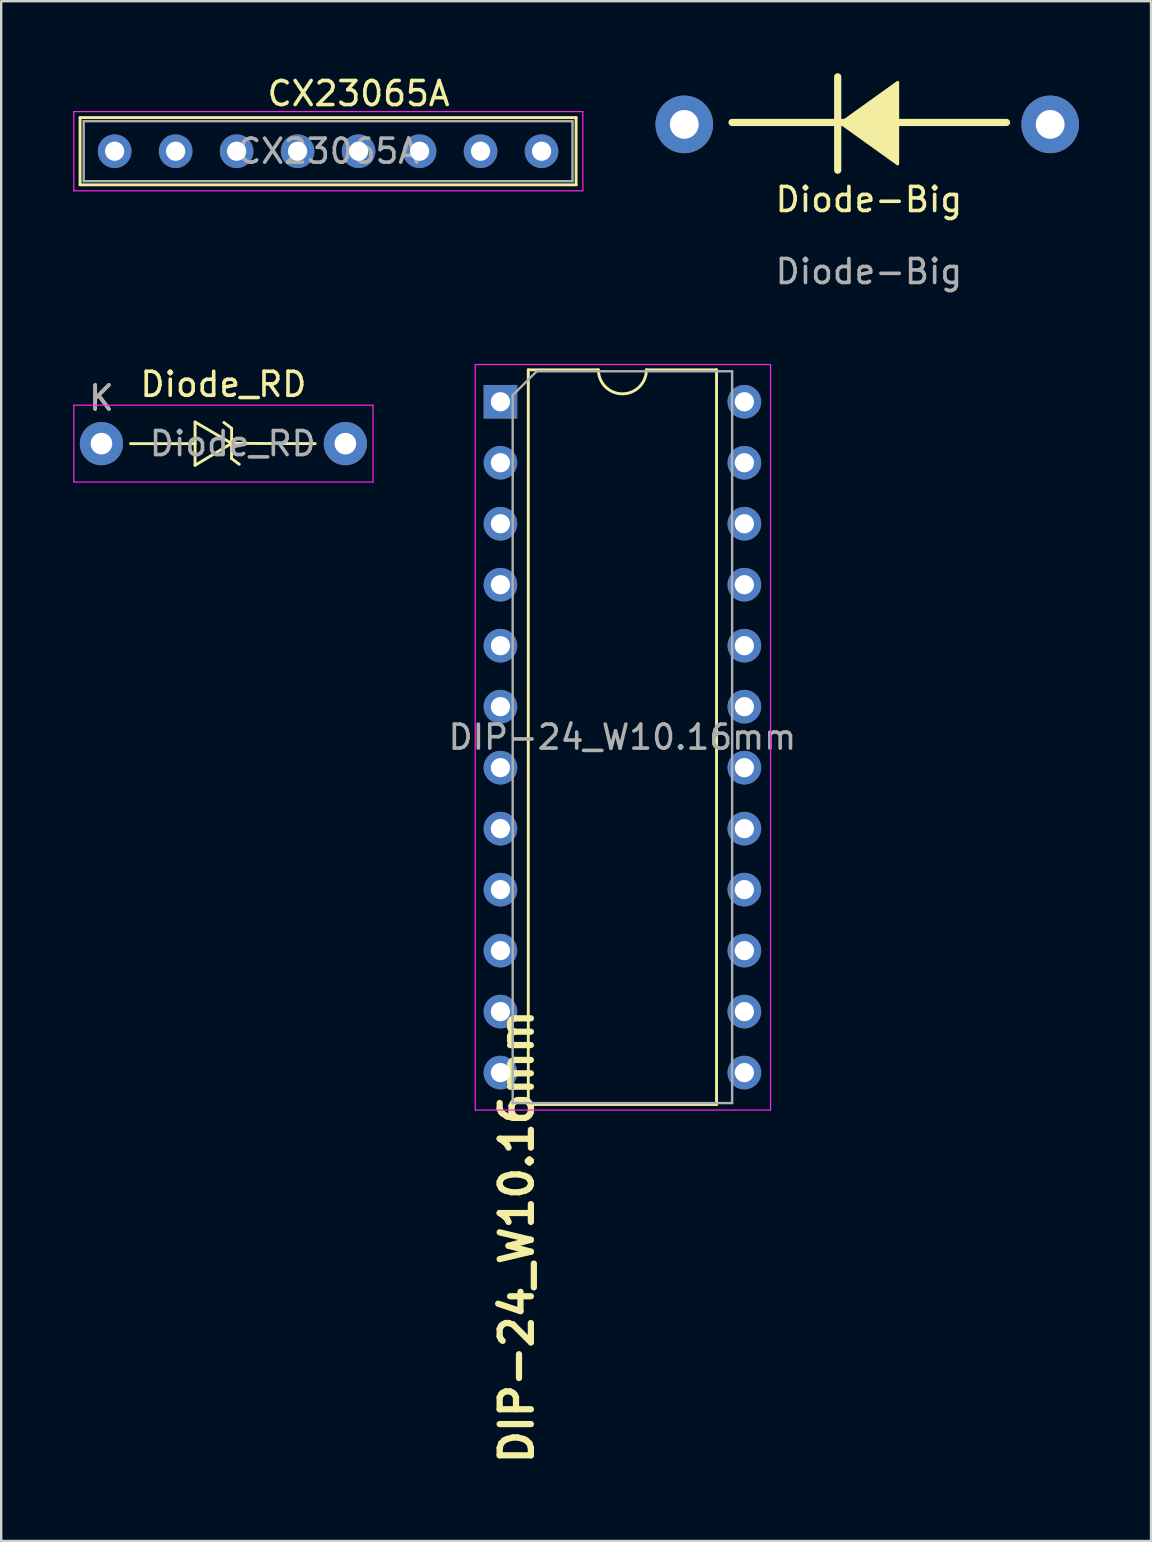
<source format=kicad_pcb>
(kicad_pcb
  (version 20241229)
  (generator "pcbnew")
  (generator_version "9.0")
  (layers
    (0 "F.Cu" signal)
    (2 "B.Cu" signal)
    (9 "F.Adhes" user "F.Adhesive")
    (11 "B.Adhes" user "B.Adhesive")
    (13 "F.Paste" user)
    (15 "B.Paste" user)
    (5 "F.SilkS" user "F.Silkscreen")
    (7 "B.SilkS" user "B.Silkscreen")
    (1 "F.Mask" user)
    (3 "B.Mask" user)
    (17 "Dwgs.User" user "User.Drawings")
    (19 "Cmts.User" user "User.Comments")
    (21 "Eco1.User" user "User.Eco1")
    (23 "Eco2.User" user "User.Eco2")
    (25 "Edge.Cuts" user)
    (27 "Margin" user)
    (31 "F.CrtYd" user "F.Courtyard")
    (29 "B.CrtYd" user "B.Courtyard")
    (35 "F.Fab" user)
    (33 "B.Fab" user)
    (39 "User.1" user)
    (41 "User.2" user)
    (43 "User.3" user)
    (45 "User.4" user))
  (footprint "CX23065A"
    (layer "F.Cu")
    (at 1.725 3.248)
    (property "Reference" "CX23065A" (at 10.16 -2.4 0) (layer "F.SilkS") (effects (font (size 1 1) (thickness 0.15))))
    (attr through_hole)
    (fp_line (start -1.44 -1.4) (end -1.44 1.4) (stroke (width 0.12) (type solid)) (layer "F.SilkS"))
    (fp_line (start -1.44 1.4) (end 19.22 1.4) (stroke (width 0.12) (type solid)) (layer "F.SilkS"))
    (fp_line (start 19.22 -1.4) (end -1.44 -1.4) (stroke (width 0.12) (type solid)) (layer "F.SilkS"))
    (fp_line (start 19.22 1.4) (end 19.22 -1.4) (stroke (width 0.12) (type solid)) (layer "F.SilkS"))
    (fp_line (start -1.7 -1.65) (end -1.7 1.65) (stroke (width 0.05) (type solid)) (layer "F.CrtYd"))
    (fp_line (start -1.7 1.65) (end 19.5 1.65) (stroke (width 0.05) (type solid)) (layer "F.CrtYd"))
    (fp_line (start 19.5 -1.65) (end -1.7 -1.65) (stroke (width 0.05) (type solid)) (layer "F.CrtYd"))
    (fp_line (start 19.5 1.65) (end 19.5 -1.65) (stroke (width 0.05) (type solid)) (layer "F.CrtYd"))
    (fp_line (start -1.29 -1.25) (end -1.29 1.25) (stroke (width 0.1) (type solid)) (layer "F.Fab"))
    (fp_line (start -1.29 1.25) (end 19.07 1.25) (stroke (width 0.1) (type solid)) (layer "F.Fab"))
    (fp_line (start 19.07 -1.25) (end -1.29 -1.25) (stroke (width 0.1) (type solid)) (layer "F.Fab"))
    (fp_line (start 19.07 1.25) (end 19.07 -1.25) (stroke (width 0.1) (type solid)) (layer "F.Fab"))
    (fp_text user "${REFERENCE}" (at 8.89 0 0) (layer "F.Fab") (effects (font (size 1 1) (thickness 0.15))))
    (pad "1" thru_hole circle (at 0 0) (size 1.4 1.4) (drill 0.8) (layers "*.Cu" "*.Mask"))
    (pad "2" thru_hole circle (at 2.54 0) (size 1.4 1.4) (drill 0.8) (layers "*.Cu" "*.Mask"))
    (pad "3" thru_hole circle (at 5.08 0) (size 1.4 1.4) (drill 0.8) (layers "*.Cu" "*.Mask"))
    (pad "4" thru_hole circle (at 7.62 0) (size 1.4 1.4) (drill 0.8) (layers "*.Cu" "*.Mask"))
    (pad "5" thru_hole circle (at 10.16 0) (size 1.4 1.4) (drill 0.8) (layers "*.Cu" "*.Mask"))
    (pad "6" thru_hole circle (at 12.7 0) (size 1.4 1.4) (drill 0.8) (layers "*.Cu" "*.Mask"))
    (pad "7" thru_hole circle (at 15.24 0) (size 1.4 1.4) (drill 0.8) (layers "*.Cu" "*.Mask"))
    (pad "8" thru_hole circle (at 17.78 0) (size 1.4 1.4) (drill 0.8) (layers "*.Cu" "*.Mask")))
  (footprint "DIP-24_W10.16mm"
    (layer "F.Cu")
    (at 17.793 13.683)
    (property "Reference" "DIP-24_W10.16mm" (at 0.68 34.78 90) (layer "F.SilkS") (effects (font (size 1.3 1.3) (thickness 0.26) (bold yes))))
    (attr through_hole)
    (fp_line (start 1.16 -1.33) (end 1.16 29.27) (stroke (width 0.12) (type solid)) (layer "F.SilkS"))
    (fp_line (start 1.16 29.27) (end 9 29.27) (stroke (width 0.12) (type solid)) (layer "F.SilkS"))
    (fp_line (start 4.08 -1.33) (end 1.16 -1.33) (stroke (width 0.12) (type solid)) (layer "F.SilkS"))
    (fp_line (start 9 -1.33) (end 6.08 -1.33) (stroke (width 0.12) (type solid)) (layer "F.SilkS"))
    (fp_line (start 9 29.27) (end 9 -1.33) (stroke (width 0.12) (type solid)) (layer "F.SilkS"))
    (fp_arc (start 6.08 -1.33) (mid 5.08 -0.33) (end 4.08 -1.33) (stroke (width 0.12) (type solid)) (layer "F.SilkS"))
    (fp_line (start -1.05 -1.55) (end -1.05 29.5) (stroke (width 0.05) (type solid)) (layer "F.CrtYd"))
    (fp_line (start -1.05 29.5) (end 11.25 29.5) (stroke (width 0.05) (type solid)) (layer "F.CrtYd"))
    (fp_line (start 11.25 -1.55) (end -1.05 -1.55) (stroke (width 0.05) (type solid)) (layer "F.CrtYd"))
    (fp_line (start 11.25 29.5) (end 11.25 -1.55) (stroke (width 0.05) (type solid)) (layer "F.CrtYd"))
    (fp_line (start 0.51 -0.27) (end 1.51 -1.27) (stroke (width 0.1) (type solid)) (layer "F.Fab"))
    (fp_line (start 0.51 29.21) (end 0.51 -0.27) (stroke (width 0.1) (type solid)) (layer "F.Fab"))
    (fp_line (start 1.51 -1.27) (end 9.65 -1.27) (stroke (width 0.1) (type solid)) (layer "F.Fab"))
    (fp_line (start 9.65 -1.27) (end 9.65 29.21) (stroke (width 0.1) (type solid)) (layer "F.Fab"))
    (fp_line (start 9.65 29.21) (end 0.51 29.21) (stroke (width 0.1) (type solid)) (layer "F.Fab"))
    (fp_text user "${REFERENCE}" (at 5.08 13.97 0) (layer "F.Fab") (effects (font (size 1 1) (thickness 0.15))))
    (pad "1" thru_hole rect (at 0 0) (size 1.4 1.4) (drill 0.8) (layers "*.Cu" "*.Mask"))
    (pad "2" thru_hole circle (at 0 2.54) (size 1.4 1.4) (drill 0.8) (layers "*.Cu" "*.Mask"))
    (pad "3" thru_hole circle (at 0 5.08) (size 1.4 1.4) (drill 0.8) (layers "*.Cu" "*.Mask"))
    (pad "4" thru_hole circle (at 0 7.62) (size 1.4 1.4) (drill 0.8) (layers "*.Cu" "*.Mask"))
    (pad "5" thru_hole circle (at 0 10.16) (size 1.4 1.4) (drill 0.8) (layers "*.Cu" "*.Mask"))
    (pad "6" thru_hole circle (at 0 12.7) (size 1.4 1.4) (drill 0.8) (layers "*.Cu" "*.Mask"))
    (pad "7" thru_hole circle (at 0 15.24) (size 1.4 1.4) (drill 0.8) (layers "*.Cu" "*.Mask"))
    (pad "8" thru_hole circle (at 0 17.78) (size 1.4 1.4) (drill 0.8) (layers "*.Cu" "*.Mask"))
    (pad "9" thru_hole circle (at 0 20.32) (size 1.4 1.4) (drill 0.8) (layers "*.Cu" "*.Mask"))
    (pad "10" thru_hole circle (at 0 22.86) (size 1.4 1.4) (drill 0.8) (layers "*.Cu" "*.Mask"))
    (pad "11" thru_hole circle (at 0 25.4) (size 1.4 1.4) (drill 0.8) (layers "*.Cu" "*.Mask"))
    (pad "12" thru_hole circle (at 0 27.94) (size 1.4 1.4) (drill 0.8) (layers "*.Cu" "*.Mask"))
    (pad "13" thru_hole circle (at 10.16 27.94) (size 1.4 1.4) (drill 0.8) (layers "*.Cu" "*.Mask"))
    (pad "14" thru_hole circle (at 10.16 25.4) (size 1.4 1.4) (drill 0.8) (layers "*.Cu" "*.Mask"))
    (pad "15" thru_hole circle (at 10.16 22.86) (size 1.4 1.4) (drill 0.8) (layers "*.Cu" "*.Mask"))
    (pad "16" thru_hole circle (at 10.16 20.32) (size 1.4 1.4) (drill 0.8) (layers "*.Cu" "*.Mask"))
    (pad "17" thru_hole circle (at 10.16 17.78) (size 1.4 1.4) (drill 0.8) (layers "*.Cu" "*.Mask"))
    (pad "18" thru_hole circle (at 10.16 15.24) (size 1.4 1.4) (drill 0.8) (layers "*.Cu" "*.Mask"))
    (pad "19" thru_hole circle (at 10.16 12.7) (size 1.4 1.4) (drill 0.8) (layers "*.Cu" "*.Mask"))
    (pad "20" thru_hole circle (at 10.16 10.16) (size 1.4 1.4) (drill 0.8) (layers "*.Cu" "*.Mask"))
    (pad "21" thru_hole circle (at 10.16 7.62) (size 1.4 1.4) (drill 0.8) (layers "*.Cu" "*.Mask"))
    (pad "22" thru_hole circle (at 10.16 5.08) (size 1.4 1.4) (drill 0.8) (layers "*.Cu" "*.Mask"))
    (pad "23" thru_hole circle (at 10.16 2.54) (size 1.4 1.4) (drill 0.8) (layers "*.Cu" "*.Mask"))
    (pad "24" thru_hole circle (at 10.16 0) (size 1.4 1.4) (drill 0.8) (layers "*.Cu" "*.Mask")))
  (footprint "Diode_RD"
    (layer "F.Cu")
    (at 1.175 15.427)
    (property "Reference" "Diode_RD" (at 5.08 -2.47 0) (layer "F.SilkS") (effects (font (size 1 1) (thickness 0.15))))
    (attr through_hole)
    (fp_line (start 3.9 -0.9) (end 3.9 0.9) (stroke (width 0.12) (type solid)) (layer "F.SilkS"))
    (fp_line (start 3.9 0) (end 1.21 0) (stroke (width 0.12) (type solid)) (layer "F.SilkS"))
    (fp_line (start 3.9 0.9) (end 5.42 -0.01) (stroke (width 0.12) (type solid)) (layer "F.SilkS"))
    (fp_line (start 5.42 -0.64) (end 5.1 -0.88) (stroke (width 0.12) (type solid)) (layer "F.SilkS"))
    (fp_line (start 5.42 -0.01) (end 3.9 -0.9) (stroke (width 0.12) (type solid)) (layer "F.SilkS"))
    (fp_line (start 5.42 -0.01) (end 5.42 -0.64) (stroke (width 0.12) (type solid)) (layer "F.SilkS"))
    (fp_line (start 5.42 -0.01) (end 5.42 0.62) (stroke (width 0.12) (type solid)) (layer "F.SilkS"))
    (fp_line (start 5.42 -0.01) (end 8.9 0) (stroke (width 0.12) (type solid)) (layer "F.SilkS"))
    (fp_line (start 5.42 0.62) (end 5.74 0.86) (stroke (width 0.12) (type solid)) (layer "F.SilkS"))
    (fp_line (start -1.15 -1.6) (end -1.15 1.6) (stroke (width 0.05) (type solid)) (layer "F.CrtYd"))
    (fp_line (start -1.15 1.6) (end 11.31 1.6) (stroke (width 0.05) (type solid)) (layer "F.CrtYd"))
    (fp_line (start 11.31 -1.6) (end -1.15 -1.6) (stroke (width 0.05) (type solid)) (layer "F.CrtYd"))
    (fp_line (start 11.31 1.6) (end 11.31 -1.6) (stroke (width 0.05) (type solid)) (layer "F.CrtYd"))
    (fp_text user "K" (at 0 -1.9 0) (layer "F.SilkS") (effects (font (size 1 1) (thickness 0.15))))
    (fp_text user "${REFERENCE}" (at 5.47 0 0) (layer "F.Fab") (effects (font (size 1 1) (thickness 0.15))))
    (fp_text user "K" (at 0 -1.9 0) (layer "F.Fab") (effects (font (size 1 1) (thickness 0.15))))
    (pad "1" thru_hole circle (at 0 0) (size 1.8 1.8) (drill 0.9) (layers "*.Cu" "*.Mask"))
    (pad "2" thru_hole oval (at 10.16 0) (size 1.8 1.8) (drill 0.9) (layers "*.Cu" "*.Mask")))
  (footprint "Diode-Big"
    (layer "F.Cu")
    (at 33.14 5.76)
    (property "Reference" "Diode-Big" (at 0 -0.5 0) (unlocked yes) (layer "F.SilkS") (effects (font (size 1 1) (thickness 0.15))))
    (attr through_hole)
    (fp_line (start -5.7 -3.71) (end 5.73 -3.71) (stroke (width 0.3) (type default)) (layer "F.SilkS"))
    (fp_line (start -1.3 -5.61) (end -1.3 -1.72) (stroke (width 0.3) (type default)) (layer "F.SilkS"))
    (fp_poly (pts (xy -1.13 -3.71) (xy 1.2 -5.38) (xy 1.2 -3.69)) (stroke (width 0.12) (type solid)) (fill yes) (layer "F.SilkS"))
    (fp_poly (pts (xy -1.13 -3.65) (xy 1.2 -1.98) (xy 1.2 -3.67)) (stroke (width 0.12) (type solid)) (fill yes) (layer "F.SilkS"))
    (fp_text user "${REFERENCE}" (at 0 2.5 0) (unlocked yes) (layer "F.Fab") (effects (font (size 1 1) (thickness 0.15))))
    (pad "1" thru_hole oval (at 7.55 -3.63) (size 2.4 2.4) (drill 1.2) (layers "*.Cu" "*.Mask"))
    (pad "2" thru_hole circle (at -7.69 -3.63) (size 2.4 2.4) (drill 1.2) (layers "*.Cu" "*.Mask")))
  (gr_rect
    (start -3 -3)
    (end 44.89 61.133)
    (stroke (width 0.1) (type default))
    (fill no)
    (layer "Edge.Cuts")))
</source>
